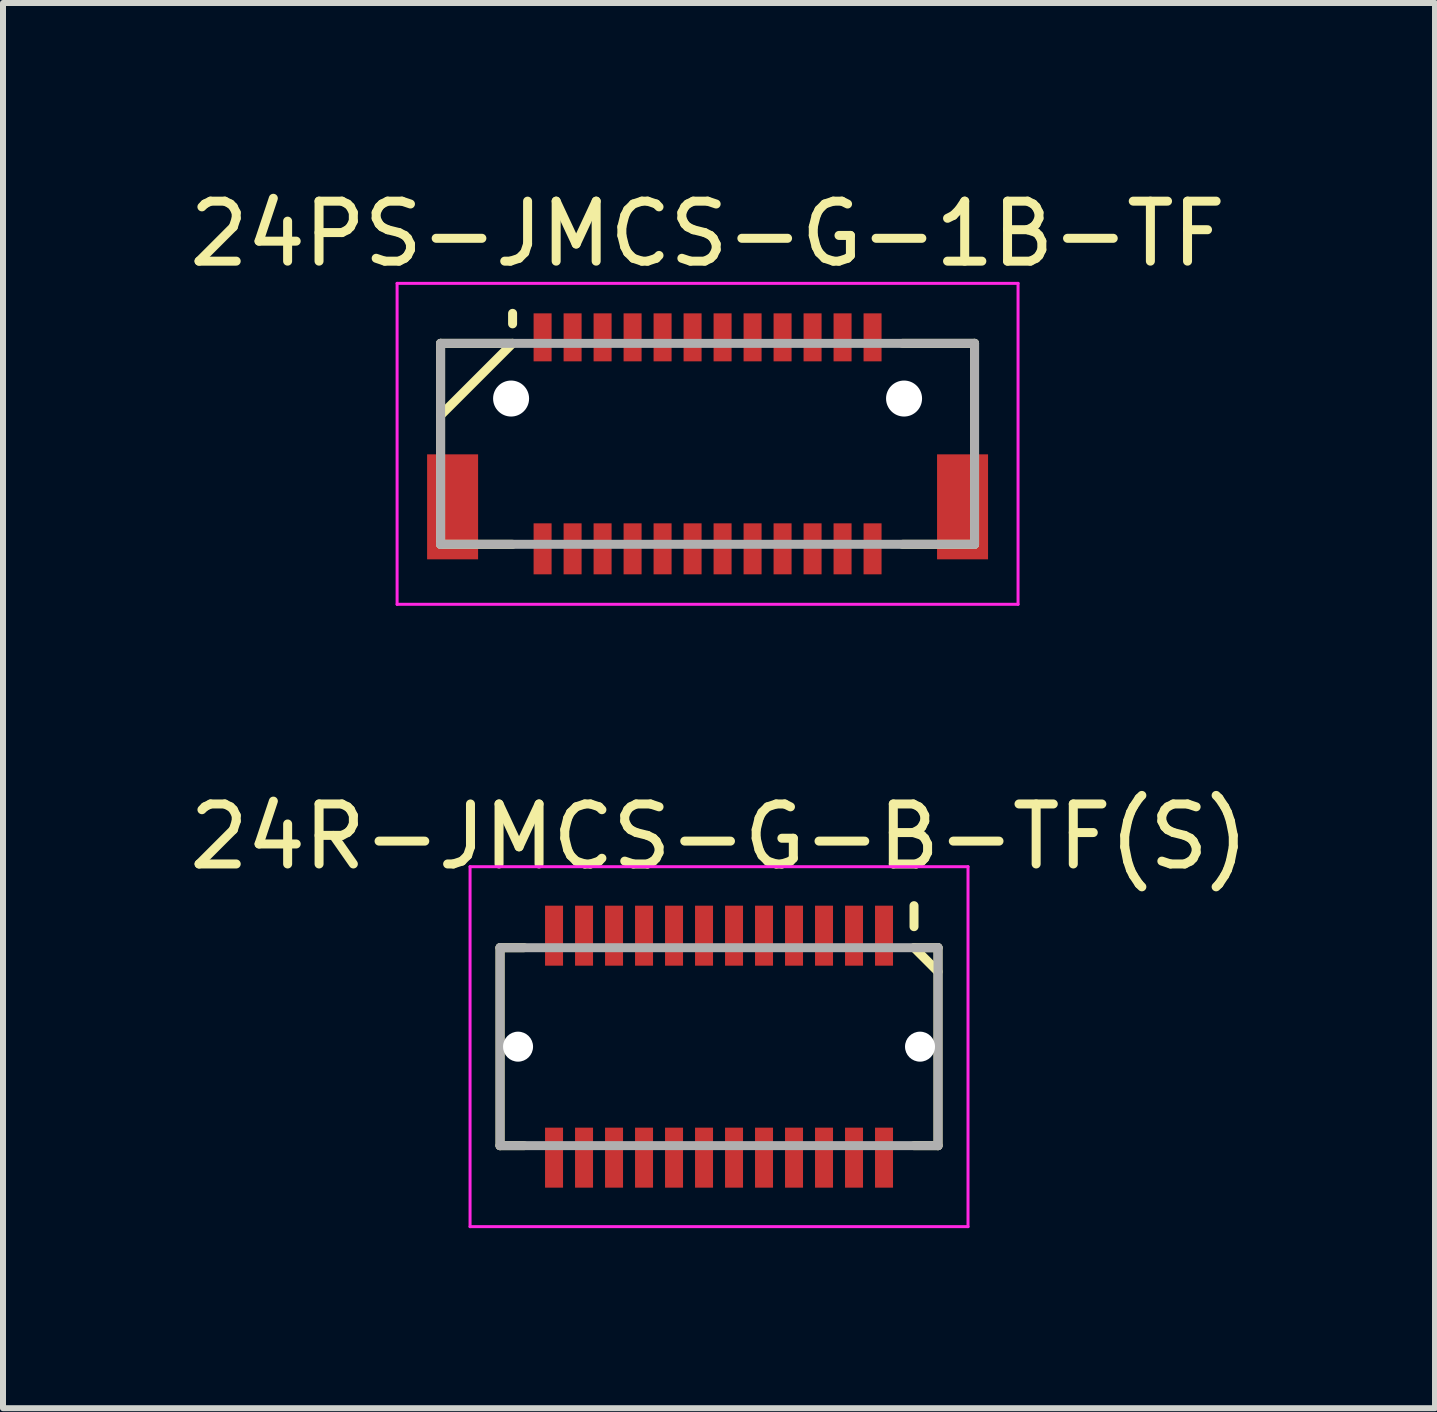
<source format=kicad_pcb>
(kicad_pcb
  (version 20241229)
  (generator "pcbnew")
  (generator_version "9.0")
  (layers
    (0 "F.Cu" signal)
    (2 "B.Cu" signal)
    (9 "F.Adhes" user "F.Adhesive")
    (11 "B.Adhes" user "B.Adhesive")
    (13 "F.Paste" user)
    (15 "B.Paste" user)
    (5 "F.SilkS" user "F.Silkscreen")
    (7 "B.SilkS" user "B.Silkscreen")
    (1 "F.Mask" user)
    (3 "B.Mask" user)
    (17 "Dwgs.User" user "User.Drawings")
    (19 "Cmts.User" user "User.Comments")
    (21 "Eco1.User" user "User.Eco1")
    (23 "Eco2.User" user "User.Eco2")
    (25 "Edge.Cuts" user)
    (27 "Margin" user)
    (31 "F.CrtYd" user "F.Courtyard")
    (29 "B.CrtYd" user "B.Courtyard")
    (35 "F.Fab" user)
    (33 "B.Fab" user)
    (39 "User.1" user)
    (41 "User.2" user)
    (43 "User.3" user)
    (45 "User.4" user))
  (footprint "24R-JMCS-G-B-TF(S)"
    (layer "F.Cu")
    (at 8.935 14.396)
    (property "Reference" "24R-JMCS-G-B-TF(S)" (at 0 -3.5 0) (layer "F.SilkS") (effects (font (size 1 1) (thickness 0.15))))
    (attr smd)
    (fp_line (start -3.65 -1.65) (end -3.65 1.65) (stroke (width 0.15) (type solid)) (layer "F.SilkS"))
    (fp_line (start -3.65 -1.65) (end -3.25 -1.65) (stroke (width 0.15) (type solid)) (layer "F.SilkS"))
    (fp_line (start -3.65 1.65) (end -3.25 1.65) (stroke (width 0.15) (type solid)) (layer "F.SilkS"))
    (fp_line (start 3.25 -2.35) (end 3.25 -2) (stroke (width 0.15) (type solid)) (layer "F.SilkS"))
    (fp_line (start 3.25 -1.65) (end 3.65 -1.65) (stroke (width 0.15) (type solid)) (layer "F.SilkS"))
    (fp_line (start 3.25 -1.65) (end 3.65 -1.25) (stroke (width 0.15) (type solid)) (layer "F.SilkS"))
    (fp_line (start 3.25 1.65) (end 3.65 1.65) (stroke (width 0.15) (type solid)) (layer "F.SilkS"))
    (fp_line (start 3.65 -1.65) (end 3.65 1.65) (stroke (width 0.15) (type solid)) (layer "F.SilkS"))
    (fp_line (start -4.15 -3) (end -4.15 3) (stroke (width 0.05) (type solid)) (layer "F.CrtYd"))
    (fp_line (start -4.15 -3) (end 4.15 -3) (stroke (width 0.05) (type solid)) (layer "F.CrtYd"))
    (fp_line (start -4.15 3) (end 4.15 3) (stroke (width 0.05) (type solid)) (layer "F.CrtYd"))
    (fp_line (start 4.15 -3) (end 4.15 3) (stroke (width 0.05) (type solid)) (layer "F.CrtYd"))
    (fp_line (start -3.65 -1.65) (end -3.65 1.65) (stroke (width 0.15) (type solid)) (layer "F.Fab"))
    (fp_line (start -3.65 -1.65) (end 3.65 -1.65) (stroke (width 0.15) (type solid)) (layer "F.Fab"))
    (fp_line (start -3.65 1.65) (end 3.65 1.65) (stroke (width 0.15) (type solid)) (layer "F.Fab"))
    (fp_line (start 3.65 -1.65) (end 3.65 1.65) (stroke (width 0.15) (type solid)) (layer "F.Fab"))
    (pad "" np_thru_hole circle (at -3.35 0) (size 0.5 0.5) (drill 0.5) (layers "*.Cu" "*.Mask"))
    (pad "" np_thru_hole circle (at 3.35 0) (size 0.5 0.5) (drill 0.5) (layers "*.Cu" "*.Mask"))
    (pad "1" smd rect (at 2.75 -1.85) (size 0.3 1) (layers "F.Cu" "F.Mask" "F.Paste"))
    (pad "2" smd rect (at 2.75 1.85) (size 0.3 1) (layers "F.Cu" "F.Mask" "F.Paste"))
    (pad "3" smd rect (at 2.25 -1.85) (size 0.3 1) (layers "F.Cu" "F.Mask" "F.Paste"))
    (pad "4" smd rect (at 2.25 1.85) (size 0.3 1) (layers "F.Cu" "F.Mask" "F.Paste"))
    (pad "5" smd rect (at 1.75 -1.85) (size 0.3 1) (layers "F.Cu" "F.Mask" "F.Paste"))
    (pad "6" smd rect (at 1.75 1.85) (size 0.3 1) (layers "F.Cu" "F.Mask" "F.Paste"))
    (pad "7" smd rect (at 1.25 -1.85) (size 0.3 1) (layers "F.Cu" "F.Mask" "F.Paste"))
    (pad "8" smd rect (at 1.25 1.85) (size 0.3 1) (layers "F.Cu" "F.Mask" "F.Paste"))
    (pad "9" smd rect (at 0.75 -1.85) (size 0.3 1) (layers "F.Cu" "F.Mask" "F.Paste"))
    (pad "10" smd rect (at 0.75 1.85) (size 0.3 1) (layers "F.Cu" "F.Mask" "F.Paste"))
    (pad "11" smd rect (at 0.25 -1.85) (size 0.3 1) (layers "F.Cu" "F.Mask" "F.Paste"))
    (pad "12" smd rect (at 0.25 1.85) (size 0.3 1) (layers "F.Cu" "F.Mask" "F.Paste"))
    (pad "13" smd rect (at -0.25 -1.85) (size 0.3 1) (layers "F.Cu" "F.Mask" "F.Paste"))
    (pad "14" smd rect (at -0.25 1.85) (size 0.3 1) (layers "F.Cu" "F.Mask" "F.Paste"))
    (pad "15" smd rect (at -0.75 -1.85) (size 0.3 1) (layers "F.Cu" "F.Mask" "F.Paste"))
    (pad "16" smd rect (at -0.75 1.85) (size 0.3 1) (layers "F.Cu" "F.Mask" "F.Paste"))
    (pad "17" smd rect (at -1.25 -1.85) (size 0.3 1) (layers "F.Cu" "F.Mask" "F.Paste"))
    (pad "18" smd rect (at -1.25 1.85) (size 0.3 1) (layers "F.Cu" "F.Mask" "F.Paste"))
    (pad "19" smd rect (at -1.75 -1.85) (size 0.3 1) (layers "F.Cu" "F.Mask" "F.Paste"))
    (pad "20" smd rect (at -1.75 1.85) (size 0.3 1) (layers "F.Cu" "F.Mask" "F.Paste"))
    (pad "21" smd rect (at -2.25 -1.85) (size 0.3 1) (layers "F.Cu" "F.Mask" "F.Paste"))
    (pad "22" smd rect (at -2.25 1.85) (size 0.3 1) (layers "F.Cu" "F.Mask" "F.Paste"))
    (pad "23" smd rect (at -2.75 -1.85) (size 0.3 1) (layers "F.Cu" "F.Mask" "F.Paste"))
    (pad "24" smd rect (at -2.75 1.85) (size 0.3 1) (layers "F.Cu" "F.Mask" "F.Paste")))
  (footprint "24PS-JMCS-G-1B-TF"
    (layer "F.Cu")
    (at 8.744 4.348)
    (property "Reference" "24PS-JMCS-G-1B-TF" (at 0 -3.5 0) (layer "F.SilkS") (effects (font (size 1 1) (thickness 0.15))))
    (attr smd)
    (fp_line (start -4.45 -1.675) (end -4.45 1.675) (stroke (width 0.15) (type solid)) (layer "F.SilkS"))
    (fp_line (start -4.45 -1.675) (end -3.25 -1.675) (stroke (width 0.15) (type solid)) (layer "F.SilkS"))
    (fp_line (start -4.45 1.675) (end -3.25 1.675) (stroke (width 0.15) (type solid)) (layer "F.SilkS"))
    (fp_line (start -3.25 -2.175) (end -3.25 -2) (stroke (width 0.15) (type solid)) (layer "F.SilkS"))
    (fp_line (start -3.25 -1.675) (end -4.45 -0.475) (stroke (width 0.15) (type solid)) (layer "F.SilkS"))
    (fp_line (start 3.25 -1.675) (end 4.45 -1.675) (stroke (width 0.15) (type solid)) (layer "F.SilkS"))
    (fp_line (start 3.25 1.675) (end 4.45 1.675) (stroke (width 0.15) (type solid)) (layer "F.SilkS"))
    (fp_line (start 4.45 -1.675) (end 4.45 1.675) (stroke (width 0.15) (type solid)) (layer "F.SilkS"))
    (fp_line (start -5.175 -2.675) (end -5.175 2.675) (stroke (width 0.05) (type solid)) (layer "F.CrtYd"))
    (fp_line (start -5.175 -2.675) (end 5.175 -2.675) (stroke (width 0.05) (type solid)) (layer "F.CrtYd"))
    (fp_line (start -5.175 2.675) (end 5.175 2.675) (stroke (width 0.05) (type solid)) (layer "F.CrtYd"))
    (fp_line (start 5.175 -2.675) (end 5.175 2.675) (stroke (width 0.05) (type solid)) (layer "F.CrtYd"))
    (fp_line (start -4.45 -1.675) (end -4.45 1.675) (stroke (width 0.15) (type solid)) (layer "F.Fab"))
    (fp_line (start -4.45 -1.675) (end 4.45 -1.675) (stroke (width 0.15) (type solid)) (layer "F.Fab"))
    (fp_line (start -4.45 1.675) (end 4.45 1.675) (stroke (width 0.15) (type solid)) (layer "F.Fab"))
    (fp_line (start 4.45 -1.675) (end 4.45 1.675) (stroke (width 0.15) (type solid)) (layer "F.Fab"))
    (pad "" np_thru_hole circle (at -3.275 -0.755) (size 0.6 0.6) (drill 0.6) (layers "*.Cu" "*.Mask"))
    (pad "" np_thru_hole circle (at 3.275 -0.755) (size 0.6 0.6) (drill 0.6) (layers "*.Cu" "*.Mask"))
    (pad "1" smd rect (at -2.75 -1.775) (size 0.3 0.8) (layers "F.Cu" "F.Mask" "F.Paste"))
    (pad "2" smd rect (at -2.75 1.75) (size 0.3 0.85) (layers "F.Cu" "F.Mask" "F.Paste"))
    (pad "3" smd rect (at -2.25 -1.775) (size 0.3 0.8) (layers "F.Cu" "F.Mask" "F.Paste"))
    (pad "4" smd rect (at -2.25 1.75) (size 0.3 0.85) (layers "F.Cu" "F.Mask" "F.Paste"))
    (pad "5" smd rect (at -1.75 -1.775) (size 0.3 0.8) (layers "F.Cu" "F.Mask" "F.Paste"))
    (pad "6" smd rect (at -1.75 1.75) (size 0.3 0.85) (layers "F.Cu" "F.Mask" "F.Paste"))
    (pad "7" smd rect (at -1.25 -1.775) (size 0.3 0.8) (layers "F.Cu" "F.Mask" "F.Paste"))
    (pad "8" smd rect (at -1.25 1.75) (size 0.3 0.85) (layers "F.Cu" "F.Mask" "F.Paste"))
    (pad "9" smd rect (at -0.75 -1.775) (size 0.3 0.8) (layers "F.Cu" "F.Mask" "F.Paste"))
    (pad "10" smd rect (at -0.75 1.75) (size 0.3 0.85) (layers "F.Cu" "F.Mask" "F.Paste"))
    (pad "11" smd rect (at -0.25 -1.775) (size 0.3 0.8) (layers "F.Cu" "F.Mask" "F.Paste"))
    (pad "12" smd rect (at -0.25 1.75) (size 0.3 0.85) (layers "F.Cu" "F.Mask" "F.Paste"))
    (pad "13" smd rect (at 0.25 -1.775) (size 0.3 0.8) (layers "F.Cu" "F.Mask" "F.Paste"))
    (pad "14" smd rect (at 0.25 1.75) (size 0.3 0.85) (layers "F.Cu" "F.Mask" "F.Paste"))
    (pad "15" smd rect (at 0.75 -1.775) (size 0.3 0.8) (layers "F.Cu" "F.Mask" "F.Paste"))
    (pad "16" smd rect (at 0.75 1.75) (size 0.3 0.85) (layers "F.Cu" "F.Mask" "F.Paste"))
    (pad "17" smd rect (at 1.25 -1.775) (size 0.3 0.8) (layers "F.Cu" "F.Mask" "F.Paste"))
    (pad "18" smd rect (at 1.25 1.75) (size 0.3 0.85) (layers "F.Cu" "F.Mask" "F.Paste"))
    (pad "19" smd rect (at 1.75 -1.775) (size 0.3 0.8) (layers "F.Cu" "F.Mask" "F.Paste"))
    (pad "20" smd rect (at 1.75 1.75) (size 0.3 0.85) (layers "F.Cu" "F.Mask" "F.Paste"))
    (pad "21" smd rect (at 2.25 -1.775) (size 0.3 0.8) (layers "F.Cu" "F.Mask" "F.Paste"))
    (pad "22" smd rect (at 2.25 1.75) (size 0.3 0.85) (layers "F.Cu" "F.Mask" "F.Paste"))
    (pad "23" smd rect (at 2.75 -1.775) (size 0.3 0.8) (layers "F.Cu" "F.Mask" "F.Paste"))
    (pad "24" smd rect (at 2.75 1.75) (size 0.3 0.85) (layers "F.Cu" "F.Mask" "F.Paste"))
    (pad "S" smd rect (at -4.25 1.05) (size 0.85 1.75) (layers "F.Cu" "F.Mask" "F.Paste"))
    (pad "S" smd rect (at 4.25 1.05) (size 0.85 1.75) (layers "F.Cu" "F.Mask" "F.Paste")))
  (gr_rect
    (start -3 -3)
    (end 20.869 20.422)
    (stroke (width 0.1) (type default))
    (fill no)
    (layer "Edge.Cuts")))
</source>
